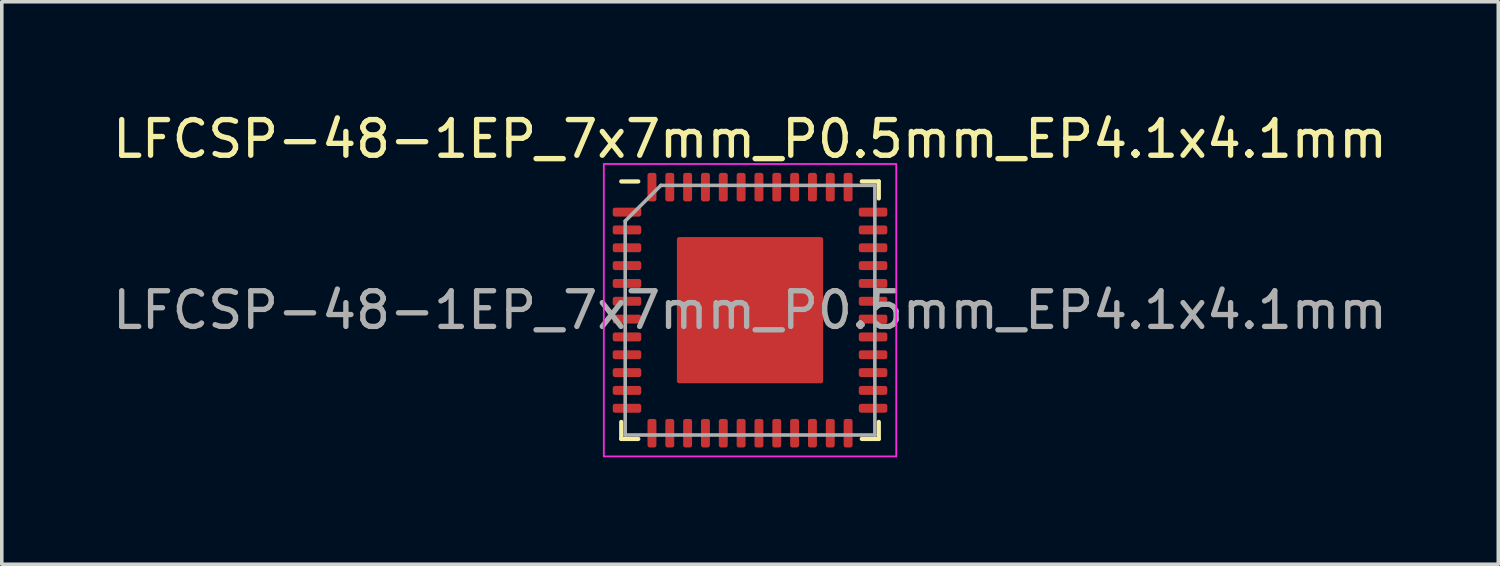
<source format=kicad_pcb>
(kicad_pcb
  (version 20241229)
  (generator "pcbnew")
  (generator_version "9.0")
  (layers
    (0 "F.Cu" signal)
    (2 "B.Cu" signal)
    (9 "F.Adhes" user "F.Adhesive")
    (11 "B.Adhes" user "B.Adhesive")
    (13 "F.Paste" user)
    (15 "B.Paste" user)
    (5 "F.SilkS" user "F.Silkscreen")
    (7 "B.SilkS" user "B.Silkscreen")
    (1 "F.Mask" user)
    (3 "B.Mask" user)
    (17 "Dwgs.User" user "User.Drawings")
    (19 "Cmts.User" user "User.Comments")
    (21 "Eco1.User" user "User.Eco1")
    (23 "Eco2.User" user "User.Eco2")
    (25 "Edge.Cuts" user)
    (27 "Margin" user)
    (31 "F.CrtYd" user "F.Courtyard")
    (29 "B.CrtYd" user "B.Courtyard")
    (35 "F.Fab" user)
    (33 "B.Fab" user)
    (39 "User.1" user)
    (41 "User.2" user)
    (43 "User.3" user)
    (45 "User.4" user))
  (footprint "LFCSP-48-1EP_7x7mm_P0.5mm_EP4.1x4.1mm"
    (layer "F.Cu")
    (at 17.982 5.648)
    (property "Reference" "LFCSP-48-1EP_7x7mm_P0.5mm_EP4.1x4.1mm" (at 0 -4.8 0) (layer "F.SilkS") (effects (font (size 1 1) (thickness 0.15))))
    (attr smd)
    (fp_line (start -3.61 3.61) (end -3.61 3.135) (stroke (width 0.12) (type solid)) (layer "F.SilkS"))
    (fp_line (start -3.135 -3.61) (end -3.61 -3.61) (stroke (width 0.12) (type solid)) (layer "F.SilkS"))
    (fp_line (start -3.135 3.61) (end -3.61 3.61) (stroke (width 0.12) (type solid)) (layer "F.SilkS"))
    (fp_line (start 3.135 -3.61) (end 3.61 -3.61) (stroke (width 0.12) (type solid)) (layer "F.SilkS"))
    (fp_line (start 3.135 3.61) (end 3.61 3.61) (stroke (width 0.12) (type solid)) (layer "F.SilkS"))
    (fp_line (start 3.61 -3.61) (end 3.61 -3.135) (stroke (width 0.12) (type solid)) (layer "F.SilkS"))
    (fp_line (start 3.61 3.61) (end 3.61 3.135) (stroke (width 0.12) (type solid)) (layer "F.SilkS"))
    (fp_line (start -4.1 -4.1) (end -4.1 4.1) (stroke (width 0.05) (type solid)) (layer "F.CrtYd"))
    (fp_line (start -4.1 4.1) (end 4.1 4.1) (stroke (width 0.05) (type solid)) (layer "F.CrtYd"))
    (fp_line (start 4.1 -4.1) (end -4.1 -4.1) (stroke (width 0.05) (type solid)) (layer "F.CrtYd"))
    (fp_line (start 4.1 4.1) (end 4.1 -4.1) (stroke (width 0.05) (type solid)) (layer "F.CrtYd"))
    (fp_line (start -3.5 -2.5) (end -2.5 -3.5) (stroke (width 0.1) (type solid)) (layer "F.Fab"))
    (fp_line (start -3.5 3.5) (end -3.5 -2.5) (stroke (width 0.1) (type solid)) (layer "F.Fab"))
    (fp_line (start -2.5 -3.5) (end 3.5 -3.5) (stroke (width 0.1) (type solid)) (layer "F.Fab"))
    (fp_line (start 3.5 -3.5) (end 3.5 3.5) (stroke (width 0.1) (type solid)) (layer "F.Fab"))
    (fp_line (start 3.5 3.5) (end -3.5 3.5) (stroke (width 0.1) (type solid)) (layer "F.Fab"))
    (fp_text user "${REFERENCE}" (at 0 0 0) (layer "F.Fab") (effects (font (size 1 1) (thickness 0.15))))
    (pad "" smd roundrect (at -1.37 -1.37) (size 1.1 1.1) (layers "F.Paste") (roundrect_rratio 0.227))
    (pad "" smd roundrect (at -1.37 0) (size 1.1 1.1) (layers "F.Paste") (roundrect_rratio 0.227))
    (pad "" smd roundrect (at -1.37 1.37) (size 1.1 1.1) (layers "F.Paste") (roundrect_rratio 0.227))
    (pad "" smd roundrect (at 0 -1.37) (size 1.1 1.1) (layers "F.Paste") (roundrect_rratio 0.227))
    (pad "" smd roundrect (at 0 0) (size 1.1 1.1) (layers "F.Paste") (roundrect_rratio 0.227))
    (pad "" smd roundrect (at 0 1.37) (size 1.1 1.1) (layers "F.Paste") (roundrect_rratio 0.227))
    (pad "" smd roundrect (at 1.37 -1.37) (size 1.1 1.1) (layers "F.Paste") (roundrect_rratio 0.227))
    (pad "" smd roundrect (at 1.37 0) (size 1.1 1.1) (layers "F.Paste") (roundrect_rratio 0.227))
    (pad "" smd roundrect (at 1.37 1.37) (size 1.1 1.1) (layers "F.Paste") (roundrect_rratio 0.227))
    (pad "1" smd roundrect (at -3.45 -2.75) (size 0.8 0.25) (layers "F.Cu" "F.Mask" "F.Paste") (roundrect_rratio 0.25))
    (pad "2" smd roundrect (at -3.45 -2.25) (size 0.8 0.25) (layers "F.Cu" "F.Mask" "F.Paste") (roundrect_rratio 0.25))
    (pad "3" smd roundrect (at -3.45 -1.75) (size 0.8 0.25) (layers "F.Cu" "F.Mask" "F.Paste") (roundrect_rratio 0.25))
    (pad "4" smd roundrect (at -3.45 -1.25) (size 0.8 0.25) (layers "F.Cu" "F.Mask" "F.Paste") (roundrect_rratio 0.25))
    (pad "5" smd roundrect (at -3.45 -0.75) (size 0.8 0.25) (layers "F.Cu" "F.Mask" "F.Paste") (roundrect_rratio 0.25))
    (pad "6" smd roundrect (at -3.45 -0.25) (size 0.8 0.25) (layers "F.Cu" "F.Mask" "F.Paste") (roundrect_rratio 0.25))
    (pad "7" smd roundrect (at -3.45 0.25) (size 0.8 0.25) (layers "F.Cu" "F.Mask" "F.Paste") (roundrect_rratio 0.25))
    (pad "8" smd roundrect (at -3.45 0.75) (size 0.8 0.25) (layers "F.Cu" "F.Mask" "F.Paste") (roundrect_rratio 0.25))
    (pad "9" smd roundrect (at -3.45 1.25) (size 0.8 0.25) (layers "F.Cu" "F.Mask" "F.Paste") (roundrect_rratio 0.25))
    (pad "10" smd roundrect (at -3.45 1.75) (size 0.8 0.25) (layers "F.Cu" "F.Mask" "F.Paste") (roundrect_rratio 0.25))
    (pad "11" smd roundrect (at -3.45 2.25) (size 0.8 0.25) (layers "F.Cu" "F.Mask" "F.Paste") (roundrect_rratio 0.25))
    (pad "12" smd roundrect (at -3.45 2.75) (size 0.8 0.25) (layers "F.Cu" "F.Mask" "F.Paste") (roundrect_rratio 0.25))
    (pad "13" smd roundrect (at -2.75 3.45) (size 0.25 0.8) (layers "F.Cu" "F.Mask" "F.Paste") (roundrect_rratio 0.25))
    (pad "14" smd roundrect (at -2.25 3.45) (size 0.25 0.8) (layers "F.Cu" "F.Mask" "F.Paste") (roundrect_rratio 0.25))
    (pad "15" smd roundrect (at -1.75 3.45) (size 0.25 0.8) (layers "F.Cu" "F.Mask" "F.Paste") (roundrect_rratio 0.25))
    (pad "16" smd roundrect (at -1.25 3.45) (size 0.25 0.8) (layers "F.Cu" "F.Mask" "F.Paste") (roundrect_rratio 0.25))
    (pad "17" smd roundrect (at -0.75 3.45) (size 0.25 0.8) (layers "F.Cu" "F.Mask" "F.Paste") (roundrect_rratio 0.25))
    (pad "18" smd roundrect (at -0.25 3.45) (size 0.25 0.8) (layers "F.Cu" "F.Mask" "F.Paste") (roundrect_rratio 0.25))
    (pad "19" smd roundrect (at 0.25 3.45) (size 0.25 0.8) (layers "F.Cu" "F.Mask" "F.Paste") (roundrect_rratio 0.25))
    (pad "20" smd roundrect (at 0.75 3.45) (size 0.25 0.8) (layers "F.Cu" "F.Mask" "F.Paste") (roundrect_rratio 0.25))
    (pad "21" smd roundrect (at 1.25 3.45) (size 0.25 0.8) (layers "F.Cu" "F.Mask" "F.Paste") (roundrect_rratio 0.25))
    (pad "22" smd roundrect (at 1.75 3.45) (size 0.25 0.8) (layers "F.Cu" "F.Mask" "F.Paste") (roundrect_rratio 0.25))
    (pad "23" smd roundrect (at 2.25 3.45) (size 0.25 0.8) (layers "F.Cu" "F.Mask" "F.Paste") (roundrect_rratio 0.25))
    (pad "24" smd roundrect (at 2.75 3.45) (size 0.25 0.8) (layers "F.Cu" "F.Mask" "F.Paste") (roundrect_rratio 0.25))
    (pad "25" smd roundrect (at 3.45 2.75) (size 0.8 0.25) (layers "F.Cu" "F.Mask" "F.Paste") (roundrect_rratio 0.25))
    (pad "26" smd roundrect (at 3.45 2.25) (size 0.8 0.25) (layers "F.Cu" "F.Mask" "F.Paste") (roundrect_rratio 0.25))
    (pad "27" smd roundrect (at 3.45 1.75) (size 0.8 0.25) (layers "F.Cu" "F.Mask" "F.Paste") (roundrect_rratio 0.25))
    (pad "28" smd roundrect (at 3.45 1.25) (size 0.8 0.25) (layers "F.Cu" "F.Mask" "F.Paste") (roundrect_rratio 0.25))
    (pad "29" smd roundrect (at 3.45 0.75) (size 0.8 0.25) (layers "F.Cu" "F.Mask" "F.Paste") (roundrect_rratio 0.25))
    (pad "30" smd roundrect (at 3.45 0.25) (size 0.8 0.25) (layers "F.Cu" "F.Mask" "F.Paste") (roundrect_rratio 0.25))
    (pad "31" smd roundrect (at 3.45 -0.25) (size 0.8 0.25) (layers "F.Cu" "F.Mask" "F.Paste") (roundrect_rratio 0.25))
    (pad "32" smd roundrect (at 3.45 -0.75) (size 0.8 0.25) (layers "F.Cu" "F.Mask" "F.Paste") (roundrect_rratio 0.25))
    (pad "33" smd roundrect (at 3.45 -1.25) (size 0.8 0.25) (layers "F.Cu" "F.Mask" "F.Paste") (roundrect_rratio 0.25))
    (pad "34" smd roundrect (at 3.45 -1.75) (size 0.8 0.25) (layers "F.Cu" "F.Mask" "F.Paste") (roundrect_rratio 0.25))
    (pad "35" smd roundrect (at 3.45 -2.25) (size 0.8 0.25) (layers "F.Cu" "F.Mask" "F.Paste") (roundrect_rratio 0.25))
    (pad "36" smd roundrect (at 3.45 -2.75) (size 0.8 0.25) (layers "F.Cu" "F.Mask" "F.Paste") (roundrect_rratio 0.25))
    (pad "37" smd roundrect (at 2.75 -3.45) (size 0.25 0.8) (layers "F.Cu" "F.Mask" "F.Paste") (roundrect_rratio 0.25))
    (pad "38" smd roundrect (at 2.25 -3.45) (size 0.25 0.8) (layers "F.Cu" "F.Mask" "F.Paste") (roundrect_rratio 0.25))
    (pad "39" smd roundrect (at 1.75 -3.45) (size 0.25 0.8) (layers "F.Cu" "F.Mask" "F.Paste") (roundrect_rratio 0.25))
    (pad "40" smd roundrect (at 1.25 -3.45) (size 0.25 0.8) (layers "F.Cu" "F.Mask" "F.Paste") (roundrect_rratio 0.25))
    (pad "41" smd roundrect (at 0.75 -3.45) (size 0.25 0.8) (layers "F.Cu" "F.Mask" "F.Paste") (roundrect_rratio 0.25))
    (pad "42" smd roundrect (at 0.25 -3.45) (size 0.25 0.8) (layers "F.Cu" "F.Mask" "F.Paste") (roundrect_rratio 0.25))
    (pad "43" smd roundrect (at -0.25 -3.45) (size 0.25 0.8) (layers "F.Cu" "F.Mask" "F.Paste") (roundrect_rratio 0.25))
    (pad "44" smd roundrect (at -0.75 -3.45) (size 0.25 0.8) (layers "F.Cu" "F.Mask" "F.Paste") (roundrect_rratio 0.25))
    (pad "45" smd roundrect (at -1.25 -3.45) (size 0.25 0.8) (layers "F.Cu" "F.Mask" "F.Paste") (roundrect_rratio 0.25))
    (pad "46" smd roundrect (at -1.75 -3.45) (size 0.25 0.8) (layers "F.Cu" "F.Mask" "F.Paste") (roundrect_rratio 0.25))
    (pad "47" smd roundrect (at -2.25 -3.45) (size 0.25 0.8) (layers "F.Cu" "F.Mask" "F.Paste") (roundrect_rratio 0.25))
    (pad "48" smd roundrect (at -2.75 -3.45) (size 0.25 0.8) (layers "F.Cu" "F.Mask" "F.Paste") (roundrect_rratio 0.25))
    (pad "49" smd roundrect (at 0 0) (size 4.1 4.1) (layers "F.Cu" "F.Mask") (roundrect_rratio 0.015)))
  (gr_rect
    (start -3 -3)
    (end 38.964 12.773)
    (stroke (width 0.1) (type default))
    (fill no)
    (layer "Edge.Cuts")))
</source>
